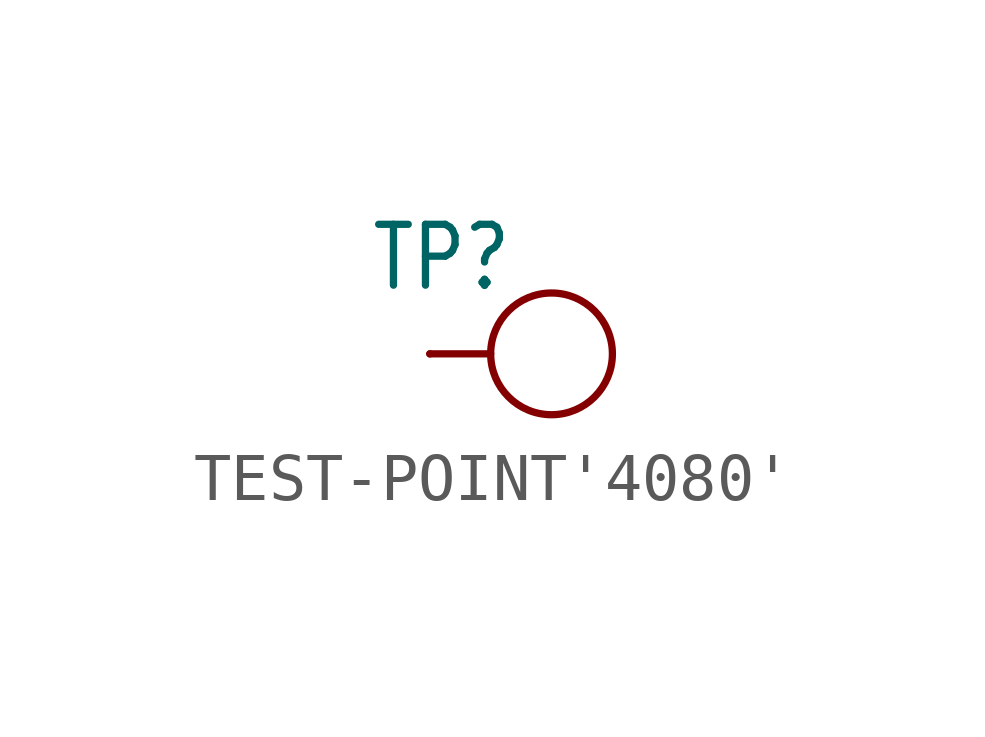
<source format=kicad_sym>
(kicad_symbol_lib
  (version 20211014)
  (generator kicad_symbol_editor)
  (symbol "TEST-POINT'4080'"
    (property "Reference" "TP"
      (at -3.81 1.27 0)
      (effects (font (size 1.27 1.079)) (justify left bottom)))
    (property "ki_locked" ""
      (at 0 0 0)
      (effects (font (size 1.27 1.27))))
    (symbol "TEST-POINT'4080'_1_0"
      (polyline (pts (xy -2.54 0) (xy -1.27 0)) (stroke (width 0.152) (type default) (color 0 0 0 0)) (fill (type none)))
      (circle (center 0 0) (radius 1.27) (stroke (width 0.152) (type default) (color 0 0 0 0)) (fill (type none)))
      (pin bidirectional line (at -2.54 0 0) (length 0) (name "T" (effects (font (size 0 0)))) (number "1" (effects (font (size 0 0))))))))
</source>
